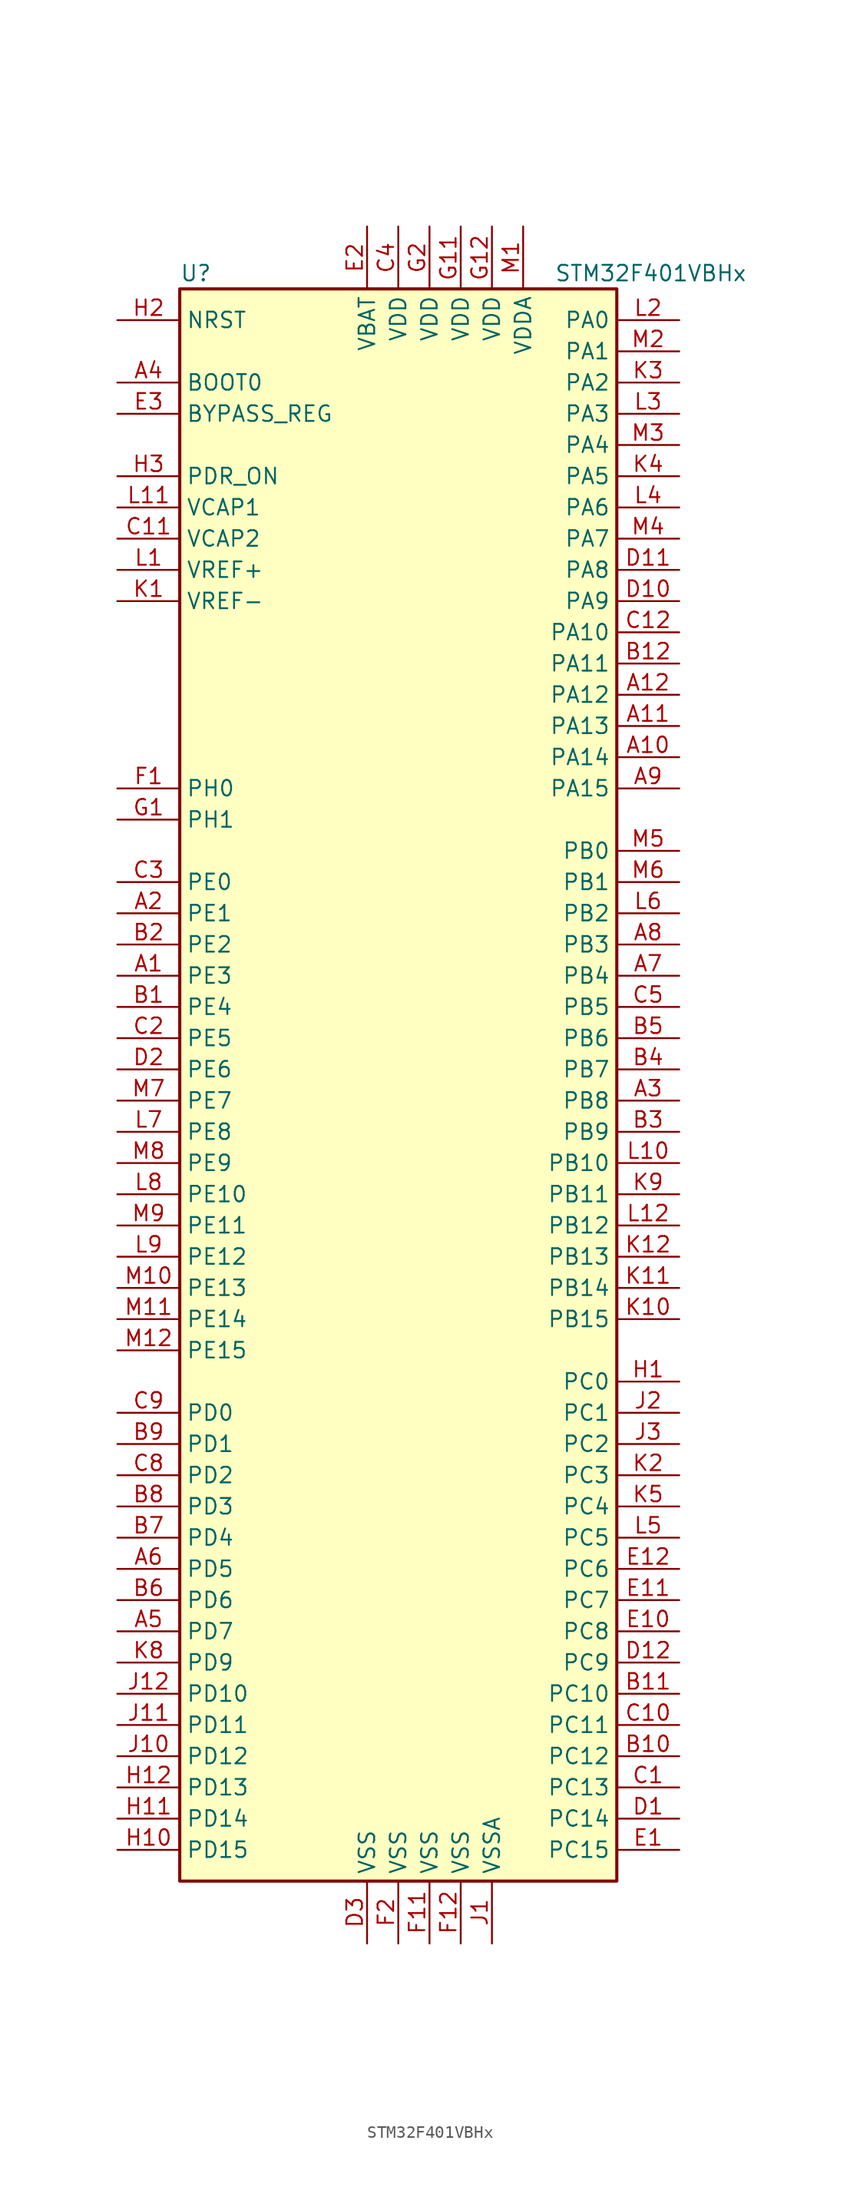
<source format=kicad_sym>
(kicad_symbol_lib
  (version 20201005)
  (generator kicad_symbol_editor)
  (symbol "MCU_ST_STM32F4:STM32F401VBHx"
    (property "Reference" "U"
      (at -17.78 64.77 0)
      (effects (font (size 1.27 1.27)) (justify left)))
    (property "Value" "STM32F401VBHx"
      (at 12.7 64.77 0)
      (effects (font (size 1.27 1.27)) (justify left)))
    (symbol "STM32F401VBHx_0_1"
      (rectangle (start -17.78 -66.04) (end 17.78 63.5) (stroke (width 0.254)) (fill (type background))))
    (symbol "STM32F401VBHx_1_1"
      (pin input line (at -22.86 55.88 0) (length 5.08) (name "BOOT0" (effects (font (size 1.27 1.27)))) (number "A4" (effects (font (size 1.27 1.27)))))
      (pin input line (at -22.86 53.34 0) (length 5.08) (name "BYPASS_REG" (effects (font (size 1.27 1.27)))) (number "E3" (effects (font (size 1.27 1.27)))))
      (pin input line (at -22.86 60.96 0) (length 5.08) (name "NRST" (effects (font (size 1.27 1.27)))) (number "H2" (effects (font (size 1.27 1.27)))))
      (pin bidirectional line (at 22.86 60.96 180) (length 5.08) (name "PA0" (effects (font (size 1.27 1.27)))) (number "L2" (effects (font (size 1.27 1.27)))))
      (pin bidirectional line (at 22.86 58.42 180) (length 5.08) (name "PA1" (effects (font (size 1.27 1.27)))) (number "M2" (effects (font (size 1.27 1.27)))))
      (pin bidirectional line (at 22.86 35.56 180) (length 5.08) (name "PA10" (effects (font (size 1.27 1.27)))) (number "C12" (effects (font (size 1.27 1.27)))))
      (pin bidirectional line (at 22.86 33.02 180) (length 5.08) (name "PA11" (effects (font (size 1.27 1.27)))) (number "B12" (effects (font (size 1.27 1.27)))))
      (pin bidirectional line (at 22.86 30.48 180) (length 5.08) (name "PA12" (effects (font (size 1.27 1.27)))) (number "A12" (effects (font (size 1.27 1.27)))))
      (pin bidirectional line (at 22.86 27.94 180) (length 5.08) (name "PA13" (effects (font (size 1.27 1.27)))) (number "A11" (effects (font (size 1.27 1.27)))))
      (pin bidirectional line (at 22.86 25.4 180) (length 5.08) (name "PA14" (effects (font (size 1.27 1.27)))) (number "A10" (effects (font (size 1.27 1.27)))))
      (pin bidirectional line (at 22.86 22.86 180) (length 5.08) (name "PA15" (effects (font (size 1.27 1.27)))) (number "A9" (effects (font (size 1.27 1.27)))))
      (pin bidirectional line (at 22.86 55.88 180) (length 5.08) (name "PA2" (effects (font (size 1.27 1.27)))) (number "K3" (effects (font (size 1.27 1.27)))))
      (pin bidirectional line (at 22.86 53.34 180) (length 5.08) (name "PA3" (effects (font (size 1.27 1.27)))) (number "L3" (effects (font (size 1.27 1.27)))))
      (pin bidirectional line (at 22.86 50.8 180) (length 5.08) (name "PA4" (effects (font (size 1.27 1.27)))) (number "M3" (effects (font (size 1.27 1.27)))))
      (pin bidirectional line (at 22.86 48.26 180) (length 5.08) (name "PA5" (effects (font (size 1.27 1.27)))) (number "K4" (effects (font (size 1.27 1.27)))))
      (pin bidirectional line (at 22.86 45.72 180) (length 5.08) (name "PA6" (effects (font (size 1.27 1.27)))) (number "L4" (effects (font (size 1.27 1.27)))))
      (pin bidirectional line (at 22.86 43.18 180) (length 5.08) (name "PA7" (effects (font (size 1.27 1.27)))) (number "M4" (effects (font (size 1.27 1.27)))))
      (pin bidirectional line (at 22.86 40.64 180) (length 5.08) (name "PA8" (effects (font (size 1.27 1.27)))) (number "D11" (effects (font (size 1.27 1.27)))))
      (pin bidirectional line (at 22.86 38.1 180) (length 5.08) (name "PA9" (effects (font (size 1.27 1.27)))) (number "D10" (effects (font (size 1.27 1.27)))))
      (pin bidirectional line (at 22.86 17.78 180) (length 5.08) (name "PB0" (effects (font (size 1.27 1.27)))) (number "M5" (effects (font (size 1.27 1.27)))))
      (pin bidirectional line (at 22.86 15.24 180) (length 5.08) (name "PB1" (effects (font (size 1.27 1.27)))) (number "M6" (effects (font (size 1.27 1.27)))))
      (pin bidirectional line (at 22.86 -7.62 180) (length 5.08) (name "PB10" (effects (font (size 1.27 1.27)))) (number "L10" (effects (font (size 1.27 1.27)))))
      (pin bidirectional line (at 22.86 -10.16 180) (length 5.08) (name "PB11" (effects (font (size 1.27 1.27)))) (number "K9" (effects (font (size 1.27 1.27)))))
      (pin bidirectional line (at 22.86 -12.7 180) (length 5.08) (name "PB12" (effects (font (size 1.27 1.27)))) (number "L12" (effects (font (size 1.27 1.27)))))
      (pin bidirectional line (at 22.86 -15.24 180) (length 5.08) (name "PB13" (effects (font (size 1.27 1.27)))) (number "K12" (effects (font (size 1.27 1.27)))))
      (pin bidirectional line (at 22.86 -17.78 180) (length 5.08) (name "PB14" (effects (font (size 1.27 1.27)))) (number "K11" (effects (font (size 1.27 1.27)))))
      (pin bidirectional line (at 22.86 -20.32 180) (length 5.08) (name "PB15" (effects (font (size 1.27 1.27)))) (number "K10" (effects (font (size 1.27 1.27)))))
      (pin bidirectional line (at 22.86 12.7 180) (length 5.08) (name "PB2" (effects (font (size 1.27 1.27)))) (number "L6" (effects (font (size 1.27 1.27)))))
      (pin bidirectional line (at 22.86 10.16 180) (length 5.08) (name "PB3" (effects (font (size 1.27 1.27)))) (number "A8" (effects (font (size 1.27 1.27)))))
      (pin bidirectional line (at 22.86 7.62 180) (length 5.08) (name "PB4" (effects (font (size 1.27 1.27)))) (number "A7" (effects (font (size 1.27 1.27)))))
      (pin bidirectional line (at 22.86 5.08 180) (length 5.08) (name "PB5" (effects (font (size 1.27 1.27)))) (number "C5" (effects (font (size 1.27 1.27)))))
      (pin bidirectional line (at 22.86 2.54 180) (length 5.08) (name "PB6" (effects (font (size 1.27 1.27)))) (number "B5" (effects (font (size 1.27 1.27)))))
      (pin bidirectional line (at 22.86 0 180) (length 5.08) (name "PB7" (effects (font (size 1.27 1.27)))) (number "B4" (effects (font (size 1.27 1.27)))))
      (pin bidirectional line (at 22.86 -2.54 180) (length 5.08) (name "PB8" (effects (font (size 1.27 1.27)))) (number "A3" (effects (font (size 1.27 1.27)))))
      (pin bidirectional line (at 22.86 -5.08 180) (length 5.08) (name "PB9" (effects (font (size 1.27 1.27)))) (number "B3" (effects (font (size 1.27 1.27)))))
      (pin bidirectional line (at 22.86 -25.4 180) (length 5.08) (name "PC0" (effects (font (size 1.27 1.27)))) (number "H1" (effects (font (size 1.27 1.27)))))
      (pin bidirectional line (at 22.86 -27.94 180) (length 5.08) (name "PC1" (effects (font (size 1.27 1.27)))) (number "J2" (effects (font (size 1.27 1.27)))))
      (pin bidirectional line (at 22.86 -50.8 180) (length 5.08) (name "PC10" (effects (font (size 1.27 1.27)))) (number "B11" (effects (font (size 1.27 1.27)))))
      (pin bidirectional line (at 22.86 -53.34 180) (length 5.08) (name "PC11" (effects (font (size 1.27 1.27)))) (number "C10" (effects (font (size 1.27 1.27)))))
      (pin bidirectional line (at 22.86 -55.88 180) (length 5.08) (name "PC12" (effects (font (size 1.27 1.27)))) (number "B10" (effects (font (size 1.27 1.27)))))
      (pin bidirectional line (at 22.86 -58.42 180) (length 5.08) (name "PC13" (effects (font (size 1.27 1.27)))) (number "C1" (effects (font (size 1.27 1.27)))))
      (pin bidirectional line (at 22.86 -60.96 180) (length 5.08) (name "PC14" (effects (font (size 1.27 1.27)))) (number "D1" (effects (font (size 1.27 1.27)))))
      (pin bidirectional line (at 22.86 -63.5 180) (length 5.08) (name "PC15" (effects (font (size 1.27 1.27)))) (number "E1" (effects (font (size 1.27 1.27)))))
      (pin bidirectional line (at 22.86 -30.48 180) (length 5.08) (name "PC2" (effects (font (size 1.27 1.27)))) (number "J3" (effects (font (size 1.27 1.27)))))
      (pin bidirectional line (at 22.86 -33.02 180) (length 5.08) (name "PC3" (effects (font (size 1.27 1.27)))) (number "K2" (effects (font (size 1.27 1.27)))))
      (pin bidirectional line (at 22.86 -35.56 180) (length 5.08) (name "PC4" (effects (font (size 1.27 1.27)))) (number "K5" (effects (font (size 1.27 1.27)))))
      (pin bidirectional line (at 22.86 -38.1 180) (length 5.08) (name "PC5" (effects (font (size 1.27 1.27)))) (number "L5" (effects (font (size 1.27 1.27)))))
      (pin bidirectional line (at 22.86 -40.64 180) (length 5.08) (name "PC6" (effects (font (size 1.27 1.27)))) (number "E12" (effects (font (size 1.27 1.27)))))
      (pin bidirectional line (at 22.86 -43.18 180) (length 5.08) (name "PC7" (effects (font (size 1.27 1.27)))) (number "E11" (effects (font (size 1.27 1.27)))))
      (pin bidirectional line (at 22.86 -45.72 180) (length 5.08) (name "PC8" (effects (font (size 1.27 1.27)))) (number "E10" (effects (font (size 1.27 1.27)))))
      (pin bidirectional line (at 22.86 -48.26 180) (length 5.08) (name "PC9" (effects (font (size 1.27 1.27)))) (number "D12" (effects (font (size 1.27 1.27)))))
      (pin bidirectional line (at -22.86 -27.94 0) (length 5.08) (name "PD0" (effects (font (size 1.27 1.27)))) (number "C9" (effects (font (size 1.27 1.27)))))
      (pin bidirectional line (at -22.86 -30.48 0) (length 5.08) (name "PD1" (effects (font (size 1.27 1.27)))) (number "B9" (effects (font (size 1.27 1.27)))))
      (pin bidirectional line (at -22.86 -50.8 0) (length 5.08) (name "PD10" (effects (font (size 1.27 1.27)))) (number "J12" (effects (font (size 1.27 1.27)))))
      (pin bidirectional line (at -22.86 -53.34 0) (length 5.08) (name "PD11" (effects (font (size 1.27 1.27)))) (number "J11" (effects (font (size 1.27 1.27)))))
      (pin bidirectional line (at -22.86 -55.88 0) (length 5.08) (name "PD12" (effects (font (size 1.27 1.27)))) (number "J10" (effects (font (size 1.27 1.27)))))
      (pin bidirectional line (at -22.86 -58.42 0) (length 5.08) (name "PD13" (effects (font (size 1.27 1.27)))) (number "H12" (effects (font (size 1.27 1.27)))))
      (pin bidirectional line (at -22.86 -60.96 0) (length 5.08) (name "PD14" (effects (font (size 1.27 1.27)))) (number "H11" (effects (font (size 1.27 1.27)))))
      (pin bidirectional line (at -22.86 -63.5 0) (length 5.08) (name "PD15" (effects (font (size 1.27 1.27)))) (number "H10" (effects (font (size 1.27 1.27)))))
      (pin bidirectional line (at -22.86 -33.02 0) (length 5.08) (name "PD2" (effects (font (size 1.27 1.27)))) (number "C8" (effects (font (size 1.27 1.27)))))
      (pin bidirectional line (at -22.86 -35.56 0) (length 5.08) (name "PD3" (effects (font (size 1.27 1.27)))) (number "B8" (effects (font (size 1.27 1.27)))))
      (pin bidirectional line (at -22.86 -38.1 0) (length 5.08) (name "PD4" (effects (font (size 1.27 1.27)))) (number "B7" (effects (font (size 1.27 1.27)))))
      (pin bidirectional line (at -22.86 -40.64 0) (length 5.08) (name "PD5" (effects (font (size 1.27 1.27)))) (number "A6" (effects (font (size 1.27 1.27)))))
      (pin bidirectional line (at -22.86 -43.18 0) (length 5.08) (name "PD6" (effects (font (size 1.27 1.27)))) (number "B6" (effects (font (size 1.27 1.27)))))
      (pin bidirectional line (at -22.86 -45.72 0) (length 5.08) (name "PD7" (effects (font (size 1.27 1.27)))) (number "A5" (effects (font (size 1.27 1.27)))))
      (pin bidirectional line (at -22.86 -48.26 0) (length 5.08) (name "PD9" (effects (font (size 1.27 1.27)))) (number "K8" (effects (font (size 1.27 1.27)))))
      (pin power_in line (at -22.86 48.26 0) (length 5.08) (name "PDR_ON" (effects (font (size 1.27 1.27)))) (number "H3" (effects (font (size 1.27 1.27)))))
      (pin bidirectional line (at -22.86 15.24 0) (length 5.08) (name "PE0" (effects (font (size 1.27 1.27)))) (number "C3" (effects (font (size 1.27 1.27)))))
      (pin bidirectional line (at -22.86 12.7 0) (length 5.08) (name "PE1" (effects (font (size 1.27 1.27)))) (number "A2" (effects (font (size 1.27 1.27)))))
      (pin bidirectional line (at -22.86 -10.16 0) (length 5.08) (name "PE10" (effects (font (size 1.27 1.27)))) (number "L8" (effects (font (size 1.27 1.27)))))
      (pin bidirectional line (at -22.86 -12.7 0) (length 5.08) (name "PE11" (effects (font (size 1.27 1.27)))) (number "M9" (effects (font (size 1.27 1.27)))))
      (pin bidirectional line (at -22.86 -15.24 0) (length 5.08) (name "PE12" (effects (font (size 1.27 1.27)))) (number "L9" (effects (font (size 1.27 1.27)))))
      (pin bidirectional line (at -22.86 -17.78 0) (length 5.08) (name "PE13" (effects (font (size 1.27 1.27)))) (number "M10" (effects (font (size 1.27 1.27)))))
      (pin bidirectional line (at -22.86 -20.32 0) (length 5.08) (name "PE14" (effects (font (size 1.27 1.27)))) (number "M11" (effects (font (size 1.27 1.27)))))
      (pin bidirectional line (at -22.86 -22.86 0) (length 5.08) (name "PE15" (effects (font (size 1.27 1.27)))) (number "M12" (effects (font (size 1.27 1.27)))))
      (pin bidirectional line (at -22.86 10.16 0) (length 5.08) (name "PE2" (effects (font (size 1.27 1.27)))) (number "B2" (effects (font (size 1.27 1.27)))))
      (pin bidirectional line (at -22.86 7.62 0) (length 5.08) (name "PE3" (effects (font (size 1.27 1.27)))) (number "A1" (effects (font (size 1.27 1.27)))))
      (pin bidirectional line (at -22.86 5.08 0) (length 5.08) (name "PE4" (effects (font (size 1.27 1.27)))) (number "B1" (effects (font (size 1.27 1.27)))))
      (pin bidirectional line (at -22.86 2.54 0) (length 5.08) (name "PE5" (effects (font (size 1.27 1.27)))) (number "C2" (effects (font (size 1.27 1.27)))))
      (pin bidirectional line (at -22.86 0 0) (length 5.08) (name "PE6" (effects (font (size 1.27 1.27)))) (number "D2" (effects (font (size 1.27 1.27)))))
      (pin bidirectional line (at -22.86 -2.54 0) (length 5.08) (name "PE7" (effects (font (size 1.27 1.27)))) (number "M7" (effects (font (size 1.27 1.27)))))
      (pin bidirectional line (at -22.86 -5.08 0) (length 5.08) (name "PE8" (effects (font (size 1.27 1.27)))) (number "L7" (effects (font (size 1.27 1.27)))))
      (pin bidirectional line (at -22.86 -7.62 0) (length 5.08) (name "PE9" (effects (font (size 1.27 1.27)))) (number "M8" (effects (font (size 1.27 1.27)))))
      (pin input line (at -22.86 22.86 0) (length 5.08) (name "PH0" (effects (font (size 1.27 1.27)))) (number "F1" (effects (font (size 1.27 1.27)))))
      (pin input line (at -22.86 20.32 0) (length 5.08) (name "PH1" (effects (font (size 1.27 1.27)))) (number "G1" (effects (font (size 1.27 1.27)))))
      (pin power_in line (at -2.54 68.58 270) (length 5.08) (name "VBAT" (effects (font (size 1.27 1.27)))) (number "E2" (effects (font (size 1.27 1.27)))))
      (pin power_in line (at -22.86 45.72 0) (length 5.08) (name "VCAP1" (effects (font (size 1.27 1.27)))) (number "L11" (effects (font (size 1.27 1.27)))))
      (pin power_in line (at -22.86 43.18 0) (length 5.08) (name "VCAP2" (effects (font (size 1.27 1.27)))) (number "C11" (effects (font (size 1.27 1.27)))))
      (pin power_in line (at 0 68.58 270) (length 5.08) (name "VDD" (effects (font (size 1.27 1.27)))) (number "C4" (effects (font (size 1.27 1.27)))))
      (pin power_in line (at 5.08 68.58 270) (length 5.08) (name "VDD" (effects (font (size 1.27 1.27)))) (number "G11" (effects (font (size 1.27 1.27)))))
      (pin power_in line (at 7.62 68.58 270) (length 5.08) (name "VDD" (effects (font (size 1.27 1.27)))) (number "G12" (effects (font (size 1.27 1.27)))))
      (pin power_in line (at 2.54 68.58 270) (length 5.08) (name "VDD" (effects (font (size 1.27 1.27)))) (number "G2" (effects (font (size 1.27 1.27)))))
      (pin power_in line (at 10.16 68.58 270) (length 5.08) (name "VDDA" (effects (font (size 1.27 1.27)))) (number "M1" (effects (font (size 1.27 1.27)))))
      (pin power_in line (at -22.86 40.64 0) (length 5.08) (name "VREF+" (effects (font (size 1.27 1.27)))) (number "L1" (effects (font (size 1.27 1.27)))))
      (pin power_in line (at -22.86 38.1 0) (length 5.08) (name "VREF-" (effects (font (size 1.27 1.27)))) (number "K1" (effects (font (size 1.27 1.27)))))
      (pin power_in line (at -2.54 -71.12 90) (length 5.08) (name "VSS" (effects (font (size 1.27 1.27)))) (number "D3" (effects (font (size 1.27 1.27)))))
      (pin power_in line (at 2.54 -71.12 90) (length 5.08) (name "VSS" (effects (font (size 1.27 1.27)))) (number "F11" (effects (font (size 1.27 1.27)))))
      (pin power_in line (at 5.08 -71.12 90) (length 5.08) (name "VSS" (effects (font (size 1.27 1.27)))) (number "F12" (effects (font (size 1.27 1.27)))))
      (pin power_in line (at 0 -71.12 90) (length 5.08) (name "VSS" (effects (font (size 1.27 1.27)))) (number "F2" (effects (font (size 1.27 1.27)))))
      (pin power_in line (at 7.62 -71.12 90) (length 5.08) (name "VSSA" (effects (font (size 1.27 1.27)))) (number "J1" (effects (font (size 1.27 1.27))))))))
</source>
